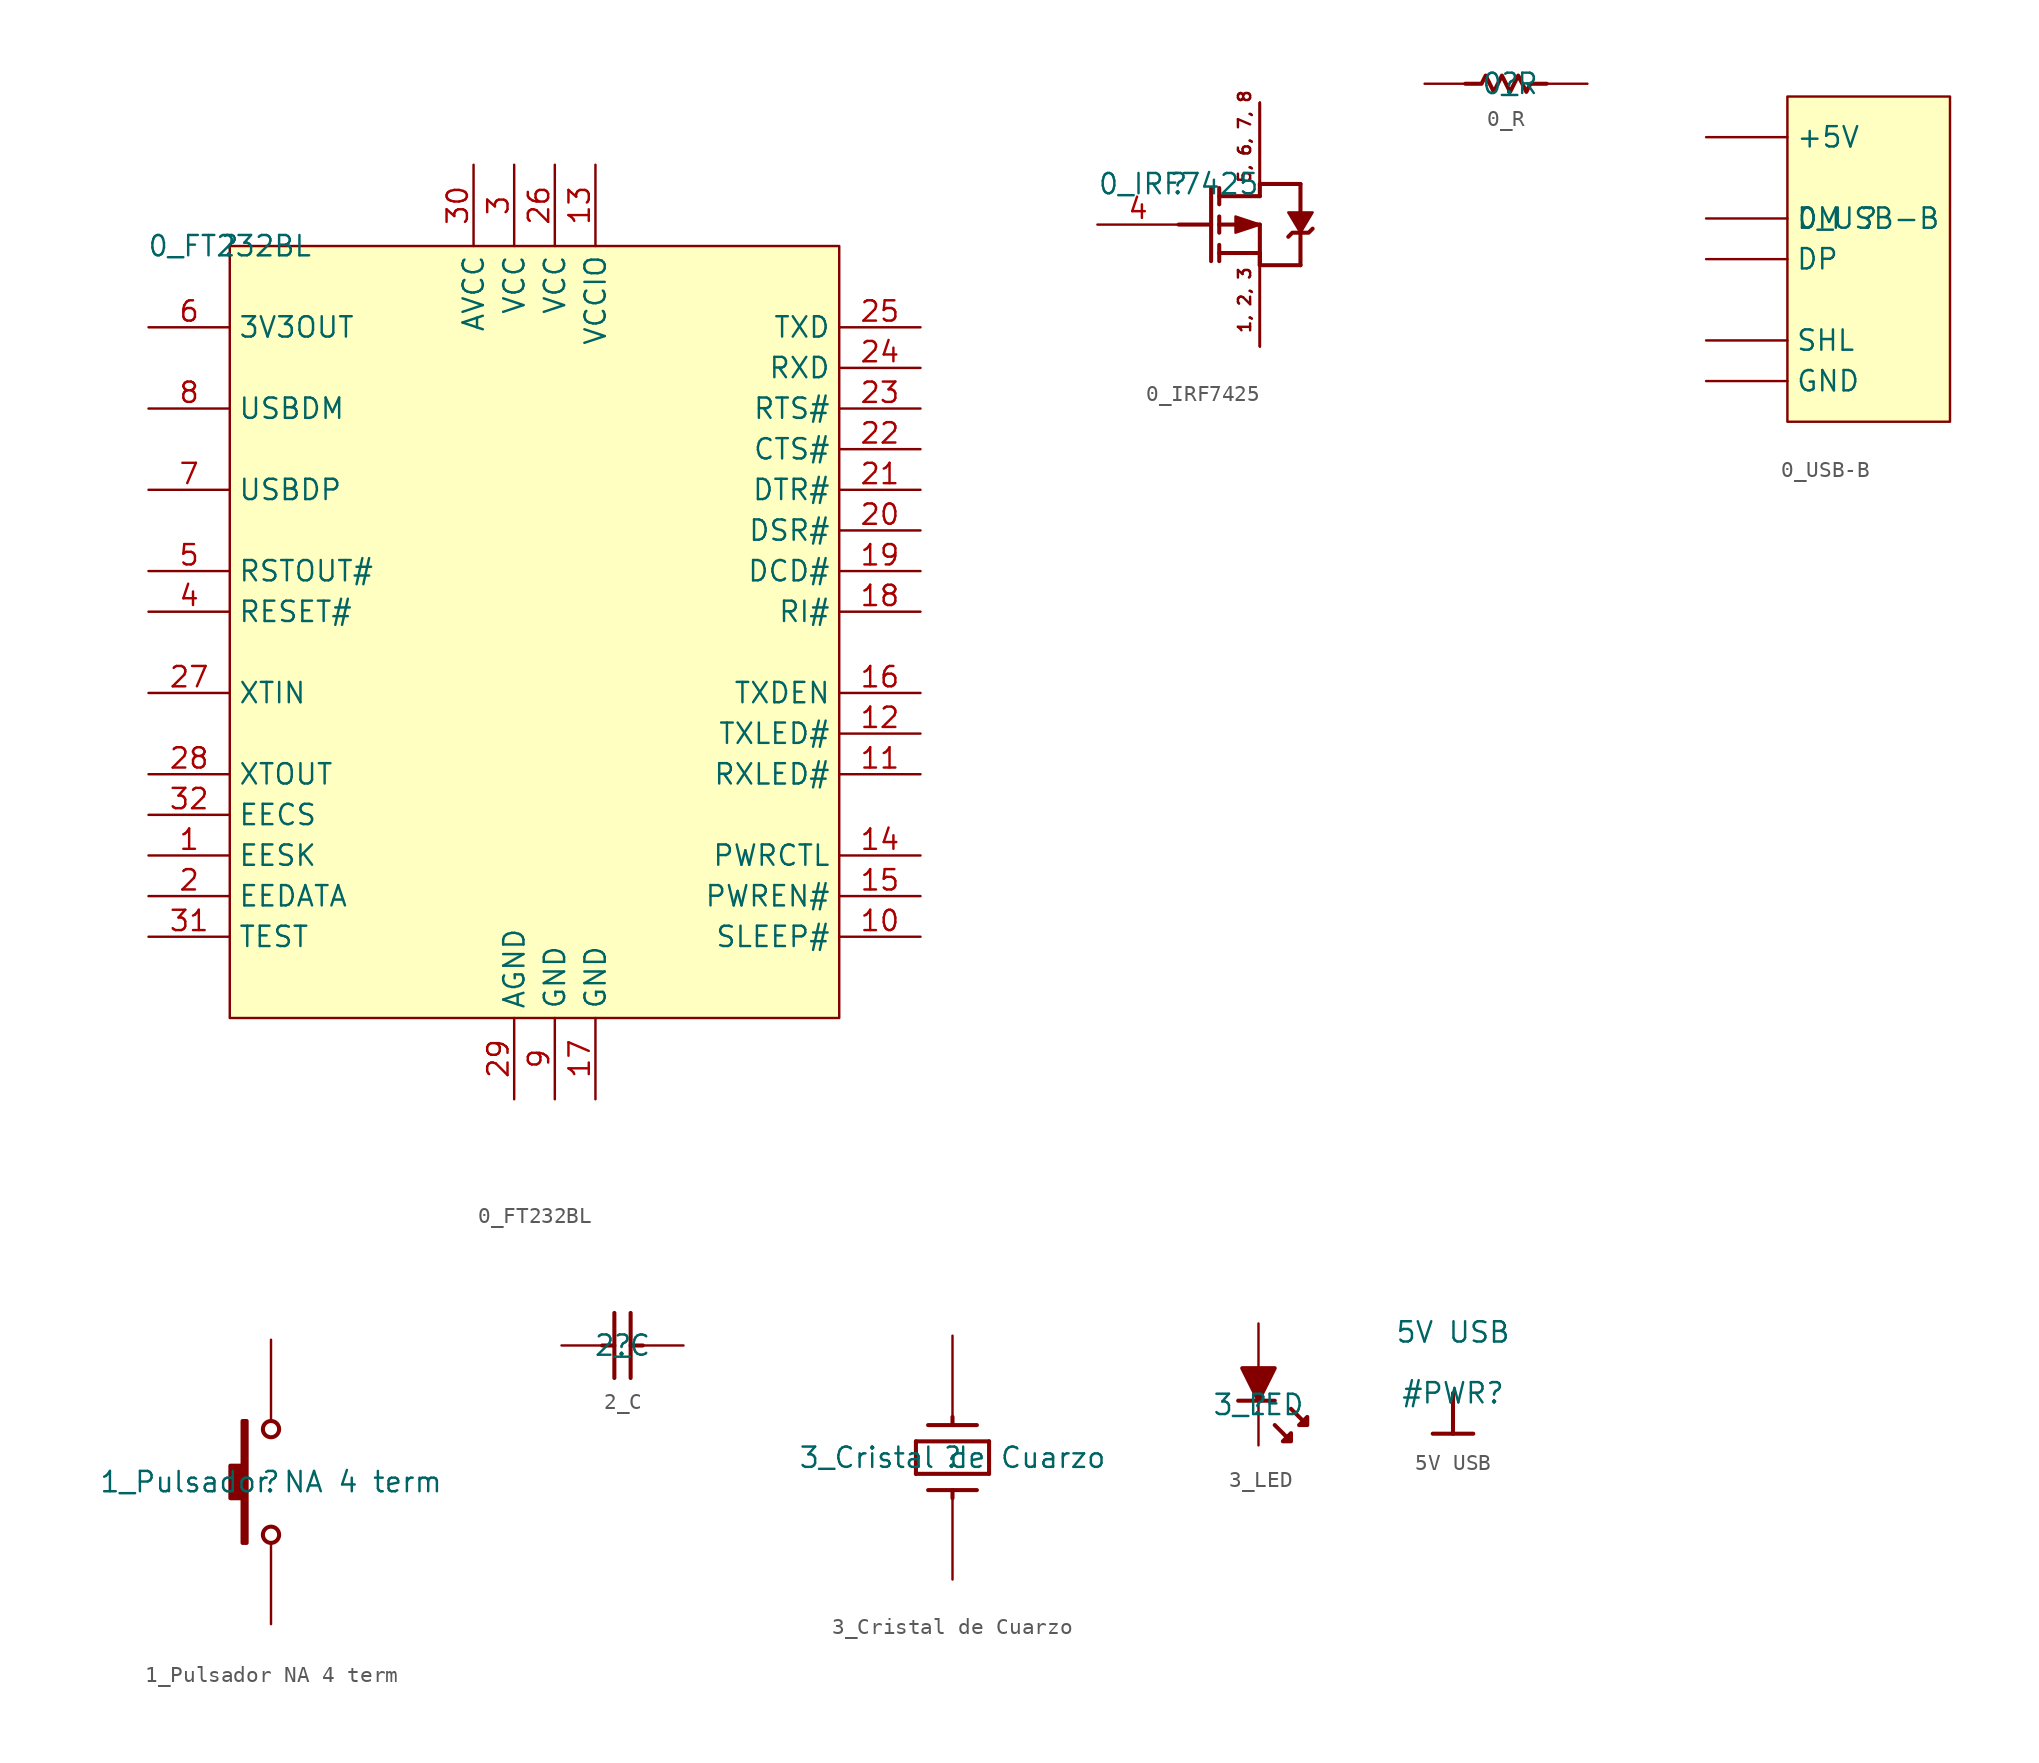
<source format=kicad_sym>
(kicad_symbol_lib
  (version 20211014)
  (generator kicad_symbol_editor)
  (symbol "0_FT232BL"
    (property "Reference" ""
      (at 0 0 0)
      (effects (font (size 1.27 1.27))))
    (property "Value" "0_FT232BL"
      (at 0 0 0)
      (effects (font (size 1.27 1.27))))
    (symbol "0_FT232BL_1_0"
      (rectangle (start 38.1 0) (end 0 -48.26) (stroke (width 0) (type default) (color 0 0 0 0)) (fill (type background)))
      (pin output line (at -5.08 -38.1 0) (length 5.08) (name "EESK" (effects (font (size 1.27 1.27)))) (number "1" (effects (font (size 1.27 1.27)))))
      (pin output line (at 43.18 -43.18 180) (length 5.08) (name "SLEEP#" (effects (font (size 1.27 1.27)))) (number "10" (effects (font (size 1.27 1.27)))))
      (pin open_collector line (at 43.18 -33.02 180) (length 5.08) (name "RXLED#" (effects (font (size 1.27 1.27)))) (number "11" (effects (font (size 1.27 1.27)))))
      (pin open_collector line (at 43.18 -30.48 180) (length 5.08) (name "TXLED#" (effects (font (size 1.27 1.27)))) (number "12" (effects (font (size 1.27 1.27)))))
      (pin power_in line (at 22.86 5.08 270) (length 5.08) (name "VCCIO" (effects (font (size 1.27 1.27)))) (number "13" (effects (font (size 1.27 1.27)))))
      (pin input line (at 43.18 -38.1 180) (length 5.08) (name "PWRCTL" (effects (font (size 1.27 1.27)))) (number "14" (effects (font (size 1.27 1.27)))))
      (pin output line (at 43.18 -40.64 180) (length 5.08) (name "PWREN#" (effects (font (size 1.27 1.27)))) (number "15" (effects (font (size 1.27 1.27)))))
      (pin output line (at 43.18 -27.94 180) (length 5.08) (name "TXDEN" (effects (font (size 1.27 1.27)))) (number "16" (effects (font (size 1.27 1.27)))))
      (pin power_in line (at 22.86 -53.34 90) (length 5.08) (name "GND" (effects (font (size 1.27 1.27)))) (number "17" (effects (font (size 1.27 1.27)))))
      (pin tri_state line (at 43.18 -22.86 180) (length 5.08) (name "RI#" (effects (font (size 1.27 1.27)))) (number "18" (effects (font (size 1.27 1.27)))))
      (pin tri_state line (at 43.18 -20.32 180) (length 5.08) (name "DCD#" (effects (font (size 1.27 1.27)))) (number "19" (effects (font (size 1.27 1.27)))))
      (pin bidirectional line (at -5.08 -40.64 0) (length 5.08) (name "EEDATA" (effects (font (size 1.27 1.27)))) (number "2" (effects (font (size 1.27 1.27)))))
      (pin tri_state line (at 43.18 -17.78 180) (length 5.08) (name "DSR#" (effects (font (size 1.27 1.27)))) (number "20" (effects (font (size 1.27 1.27)))))
      (pin tri_state line (at 43.18 -15.24 180) (length 5.08) (name "DTR#" (effects (font (size 1.27 1.27)))) (number "21" (effects (font (size 1.27 1.27)))))
      (pin tri_state line (at 43.18 -12.7 180) (length 5.08) (name "CTS#" (effects (font (size 1.27 1.27)))) (number "22" (effects (font (size 1.27 1.27)))))
      (pin tri_state line (at 43.18 -10.16 180) (length 5.08) (name "RTS#" (effects (font (size 1.27 1.27)))) (number "23" (effects (font (size 1.27 1.27)))))
      (pin input line (at 43.18 -7.62 180) (length 5.08) (name "RXD" (effects (font (size 1.27 1.27)))) (number "24" (effects (font (size 1.27 1.27)))))
      (pin output line (at 43.18 -5.08 180) (length 5.08) (name "TXD" (effects (font (size 1.27 1.27)))) (number "25" (effects (font (size 1.27 1.27)))))
      (pin power_in line (at 20.32 5.08 270) (length 5.08) (name "VCC" (effects (font (size 1.27 1.27)))) (number "26" (effects (font (size 1.27 1.27)))))
      (pin input line (at -5.08 -27.94 0) (length 5.08) (name "XTIN" (effects (font (size 1.27 1.27)))) (number "27" (effects (font (size 1.27 1.27)))))
      (pin output line (at -5.08 -33.02 0) (length 5.08) (name "XTOUT" (effects (font (size 1.27 1.27)))) (number "28" (effects (font (size 1.27 1.27)))))
      (pin power_in line (at 17.78 -53.34 90) (length 5.08) (name "AGND" (effects (font (size 1.27 1.27)))) (number "29" (effects (font (size 1.27 1.27)))))
      (pin power_in line (at 17.78 5.08 270) (length 5.08) (name "VCC" (effects (font (size 1.27 1.27)))) (number "3" (effects (font (size 1.27 1.27)))))
      (pin power_in line (at 15.24 5.08 270) (length 5.08) (name "AVCC" (effects (font (size 1.27 1.27)))) (number "30" (effects (font (size 1.27 1.27)))))
      (pin input line (at -5.08 -43.18 0) (length 5.08) (name "TEST" (effects (font (size 1.27 1.27)))) (number "31" (effects (font (size 1.27 1.27)))))
      (pin bidirectional line (at -5.08 -35.56 0) (length 5.08) (name "EECS" (effects (font (size 1.27 1.27)))) (number "32" (effects (font (size 1.27 1.27)))))
      (pin input line (at -5.08 -22.86 0) (length 5.08) (name "RESET#" (effects (font (size 1.27 1.27)))) (number "4" (effects (font (size 1.27 1.27)))))
      (pin output line (at -5.08 -20.32 0) (length 5.08) (name "RSTOUT#" (effects (font (size 1.27 1.27)))) (number "5" (effects (font (size 1.27 1.27)))))
      (pin power_in line (at -5.08 -5.08 0) (length 5.08) (name "3V3OUT" (effects (font (size 1.27 1.27)))) (number "6" (effects (font (size 1.27 1.27)))))
      (pin bidirectional line (at -5.08 -15.24 0) (length 5.08) (name "USBDP" (effects (font (size 1.27 1.27)))) (number "7" (effects (font (size 1.27 1.27)))))
      (pin bidirectional line (at -5.08 -10.16 0) (length 5.08) (name "USBDM" (effects (font (size 1.27 1.27)))) (number "8" (effects (font (size 1.27 1.27)))))
      (pin power_in line (at 20.32 -53.34 90) (length 5.08) (name "GND" (effects (font (size 1.27 1.27)))) (number "9" (effects (font (size 1.27 1.27)))))))
  (symbol "0_IRF7425"
    (property "Reference" ""
      (at 0 0 0)
      (effects (font (size 1.27 1.27))))
    (property "Value" "0_IRF7425"
      (at 0 0 0)
      (effects (font (size 1.27 1.27))))
    (symbol "0_IRF7425_1_0"
      (polyline (pts (xy 0 -2.54) (xy 2.032 -2.54)) (stroke (width 0.254) (type default) (color 0 0 0 0)) (fill (type none)))
      (polyline (pts (xy 2.032 -0.254) (xy 2.032 -4.826)) (stroke (width 0.254) (type default) (color 0 0 0 0)) (fill (type none)))
      (polyline (pts (xy 2.54 -4.826) (xy 2.54 -3.81)) (stroke (width 0.254) (type default) (color 0 0 0 0)) (fill (type none)))
      (polyline (pts (xy 2.54 -3.048) (xy 2.54 -2.032)) (stroke (width 0.254) (type default) (color 0 0 0 0)) (fill (type none)))
      (polyline (pts (xy 2.54 -0.254) (xy 2.54 -1.27)) (stroke (width 0.254) (type default) (color 0 0 0 0)) (fill (type none)))
      (polyline (pts (xy 5.08 -5.08) (xy 5.08 -2.54)) (stroke (width 0.254) (type default) (color 0 0 0 0)) (fill (type none)))
      (polyline (pts (xy 5.08 -5.08) (xy 7.62 -5.08)) (stroke (width 0.254) (type default) (color 0 0 0 0)) (fill (type none)))
      (polyline (pts (xy 5.08 -4.318) (xy 2.54 -4.318)) (stroke (width 0.254) (type default) (color 0 0 0 0)) (fill (type none)))
      (polyline (pts (xy 5.08 -4.318) (xy 5.08 -5.08)) (stroke (width 0.254) (type default) (color 0 0 0 0)) (fill (type none)))
      (polyline (pts (xy 5.08 -2.54) (xy 2.54 -2.54)) (stroke (width 0.254) (type default) (color 0 0 0 0)) (fill (type none)))
      (polyline (pts (xy 5.08 -0.762) (xy 2.54 -0.762)) (stroke (width 0.254) (type default) (color 0 0 0 0)) (fill (type none)))
      (polyline (pts (xy 5.08 -0.762) (xy 5.08 0)) (stroke (width 0.254) (type default) (color 0 0 0 0)) (fill (type none)))
      (polyline (pts (xy 5.08 0) (xy 7.62 0)) (stroke (width 0.254) (type default) (color 0 0 0 0)) (fill (type none)))
      (polyline (pts (xy 7.62 -5.08) (xy 7.62 -3.048)) (stroke (width 0.254) (type default) (color 0 0 0 0)) (fill (type none)))
      (polyline (pts (xy 7.62 0) (xy 7.62 -1.778)) (stroke (width 0.254) (type default) (color 0 0 0 0)) (fill (type none)))
      (polyline (pts (xy 5.08 -2.54) (xy 3.556 -2.032) (xy 3.556 -3.048) (xy 5.08 -2.54)) (stroke (width 0) (type default) (color 0 0 0 0)) (fill (type outline)))
      (polyline (pts (xy 7.62 -3.048) (xy 8.382 -1.778) (xy 6.858 -1.778) (xy 7.62 -3.048)) (stroke (width 0) (type default) (color 0 0 0 0)) (fill (type outline)))
      (polyline (pts (xy 8.382 -2.794) (xy 8.128 -3.048) (xy 7.112 -3.048) (xy 6.858 -3.302)) (stroke (width 0.254) (type default) (color 0 0 0 0)) (fill (type none)))
      (text "1, 2, 3" (at 4.572 -9.398 900) (effects (font (size 0.762 0.762)) (justify left bottom)))
      (text "5, 6, 7, 8" (at 4.572 0 900) (effects (font (size 0.762 0.762)) (justify left bottom)))
      (pin passive line (at 5.08 -10.16 90) (length 5.08) (name "S" (effects (font (size 0 0)))) (number "1" (effects (font (size 0 0)))))
      (pin passive line (at 5.08 -10.16 90) (length 5.08) (name "S" (effects (font (size 0 0)))) (number "2" (effects (font (size 0 0)))))
      (pin passive line (at 5.08 -10.16 90) (length 5.08) (name "S" (effects (font (size 0 0)))) (number "3" (effects (font (size 0 0)))))
      (pin passive line (at -5.08 -2.54 0) (length 5.08) (name "G" (effects (font (size 0 0)))) (number "4" (effects (font (size 1.27 1.27)))))
      (pin passive line (at 5.08 5.08 270) (length 5.08) (name "D" (effects (font (size 0 0)))) (number "5" (effects (font (size 0 0)))))
      (pin passive line (at 5.08 5.08 270) (length 5.08) (name "D" (effects (font (size 0 0)))) (number "6" (effects (font (size 0 0)))))
      (pin passive line (at 5.08 5.08 270) (length 5.08) (name "D" (effects (font (size 0 0)))) (number "7" (effects (font (size 0 0)))))
      (pin passive line (at 5.08 5.08 270) (length 5.08) (name "D" (effects (font (size 0 0)))) (number "8" (effects (font (size 0 0)))))))
  (symbol "0_R"
    (property "Reference" ""
      (at 0 0 0)
      (effects (font (size 1.27 1.27))))
    (property "Value" "0_R"
      (at 0 0 0)
      (effects (font (size 1.27 1.27))))
    (symbol "0_R_1_0"
      (polyline (pts (xy 2.286 0) (xy 1.27 0) (xy 1.016 -0.508) (xy 0.508 0.508) (xy 0 -0.508) (xy -0.508 0.508) (xy -1.016 -0.508) (xy -1.524 0.508) (xy -1.778 0) (xy -2.794 0)) (stroke (width 0.254) (type default) (color 0 0 0 0)) (fill (type none)))
      (pin passive line (at -5.334 0 0) (length 2.54) (name "1" (effects (font (size 0 0)))) (number "1" (effects (font (size 0 0)))))
      (pin passive line (at 4.826 0 180) (length 2.54) (name "2" (effects (font (size 0 0)))) (number "2" (effects (font (size 0 0)))))))
  (symbol "0_USB-B"
    (property "Reference" ""
      (at 0 0 0)
      (effects (font (size 1.27 1.27))))
    (property "Value" "0_USB-B"
      (at 0 0 0)
      (effects (font (size 1.27 1.27))))
    (symbol "0_USB-B_1_0"
      (rectangle (start 5.08 7.62) (end -5.08 -12.7) (stroke (width 0) (type default) (color 0 0 0 0)) (fill (type background)))
      (pin passive line (at -10.16 -7.62 0) (length 5.08) (name "SHL" (effects (font (size 1.27 1.27)))) (number "0" (effects (font (size 0 0)))))
      (pin power_in line (at -10.16 5.08 0) (length 5.08) (name "+5V" (effects (font (size 1.27 1.27)))) (number "1" (effects (font (size 0 0)))))
      (pin bidirectional line (at -10.16 0 0) (length 5.08) (name "DM" (effects (font (size 1.27 1.27)))) (number "2" (effects (font (size 0 0)))))
      (pin bidirectional line (at -10.16 -2.54 0) (length 5.08) (name "DP" (effects (font (size 1.27 1.27)))) (number "3" (effects (font (size 0 0)))))
      (pin power_in line (at -10.16 -10.16 0) (length 5.08) (name "GND" (effects (font (size 1.27 1.27)))) (number "4" (effects (font (size 0 0)))))))
  (symbol "1_Pulsador NA 4 term"
    (property "Reference" ""
      (at 0 0 0)
      (effects (font (size 1.27 1.27))))
    (property "Value" "1_Pulsador NA 4 term"
      (at 0 0 0)
      (effects (font (size 1.27 1.27))))
    (symbol "1_Pulsador NA 4 term_1_0"
      (circle (center 0 -3.302) (radius 0.508) (stroke (width 0.254) (type default) (color 0 0 0 0)) (fill (type none)))
      (polyline (pts (xy -1.778 -3.81) (xy -1.524 -3.81) (xy -1.524 3.81) (xy -1.778 3.81) (xy -1.778 1.016) (xy -2.54 1.016) (xy -2.54 -1.016) (xy -1.778 -1.016) (xy -1.778 -3.81)) (stroke (width 0.254) (type default) (color 0 0 0 0)) (fill (type outline)))
      (circle (center 0 3.302) (radius 0.508) (stroke (width 0.254) (type default) (color 0 0 0 0)) (fill (type none)))
      (pin passive line (at 0 -8.89 90) (length 5.08) (name "1" (effects (font (size 0 0)))) (number "1" (effects (font (size 0 0)))))
      (pin passive line (at 0 8.89 270) (length 5.08) (name "2" (effects (font (size 0 0)))) (number "2" (effects (font (size 0 0)))))))
  (symbol "2_C"
    (property "Reference" ""
      (at 0 0 0)
      (effects (font (size 1.27 1.27))))
    (property "Value" "2_C"
      (at 0 0 0)
      (effects (font (size 1.27 1.27))))
    (symbol "2_C_1_0"
      (polyline (pts (xy -1.27 0) (xy -0.508 0)) (stroke (width 0.254) (type default) (color 0 0 0 0)) (fill (type none)))
      (polyline (pts (xy -0.508 -2.032) (xy -0.508 2.032)) (stroke (width 0.254) (type default) (color 0 0 0 0)) (fill (type none)))
      (polyline (pts (xy 0.508 2.032) (xy 0.508 -2.032)) (stroke (width 0.254) (type default) (color 0 0 0 0)) (fill (type none)))
      (polyline (pts (xy 1.27 0) (xy 0.508 0)) (stroke (width 0.254) (type default) (color 0 0 0 0)) (fill (type none)))
      (pin passive line (at 3.81 0 180) (length 2.54) (name "1" (effects (font (size 0 0)))) (number "1" (effects (font (size 0 0)))))
      (pin passive line (at -3.81 0 0) (length 2.54) (name "2" (effects (font (size 0 0)))) (number "2" (effects (font (size 0 0)))))))
  (symbol "3_Cristal de Cuarzo"
    (property "Reference" ""
      (at 0 0 0)
      (effects (font (size 1.27 1.27))))
    (property "Value" "3_Cristal de Cuarzo"
      (at 0 0 0)
      (effects (font (size 1.27 1.27))))
    (symbol "3_Cristal de Cuarzo_1_0"
      (polyline (pts (xy -2.286 1.016) (xy -2.286 -1.016)) (stroke (width 0.254) (type default) (color 0 0 0 0)) (fill (type none)))
      (polyline (pts (xy 0 -2.032) (xy 0 -2.54)) (stroke (width 0.254) (type default) (color 0 0 0 0)) (fill (type none)))
      (polyline (pts (xy 0 2.54) (xy 0 2.032)) (stroke (width 0.254) (type default) (color 0 0 0 0)) (fill (type none)))
      (polyline (pts (xy 1.524 -2.032) (xy -1.524 -2.032)) (stroke (width 0.254) (type default) (color 0 0 0 0)) (fill (type none)))
      (polyline (pts (xy 1.524 2.032) (xy -1.524 2.032)) (stroke (width 0.254) (type default) (color 0 0 0 0)) (fill (type none)))
      (polyline (pts (xy 2.286 -1.016) (xy -2.286 -1.016)) (stroke (width 0.254) (type default) (color 0 0 0 0)) (fill (type none)))
      (polyline (pts (xy 2.286 1.016) (xy -2.286 1.016)) (stroke (width 0.254) (type default) (color 0 0 0 0)) (fill (type none)))
      (polyline (pts (xy 2.286 1.016) (xy 2.286 -1.016)) (stroke (width 0.254) (type default) (color 0 0 0 0)) (fill (type none)))
      (pin power_in line (at 0 7.62 270) (length 5.08) (name "1" (effects (font (size 0 0)))) (number "1" (effects (font (size 0 0)))))
      (pin passive line (at 0 -7.62 90) (length 5.08) (name "2" (effects (font (size 0 0)))) (number "2" (effects (font (size 0 0)))))))
  (symbol "3_LED"
    (property "Reference" ""
      (at 0 0 0)
      (effects (font (size 1.27 1.27))))
    (property "Value" "3_LED"
      (at 0 0 0)
      (effects (font (size 1.27 1.27))))
    (symbol "3_LED_1_0"
      (polyline (pts (xy -1.27 0.254) (xy 1.016 0.254)) (stroke (width 0.254) (type default) (color 0 0 0 0)) (fill (type none)))
      (polyline (pts (xy 1.016 -1.27) (xy 1.778 -2.032)) (stroke (width 0.254) (type default) (color 0 0 0 0)) (fill (type none)))
      (polyline (pts (xy 2.032 -0.254) (xy 2.794 -1.016)) (stroke (width 0.254) (type default) (color 0 0 0 0)) (fill (type none)))
      (polyline (pts (xy -1.016 2.286) (xy 0 0.254) (xy 1.016 2.286) (xy -1.016 2.286)) (stroke (width 0.254) (type default) (color 0 0 0 0)) (fill (type outline)))
      (polyline (pts (xy 2.032 -2.286) (xy 2.032 -1.778) (xy 1.524 -2.286) (xy 2.032 -2.286)) (stroke (width 0.254) (type default) (color 0 0 0 0)) (fill (type outline)))
      (polyline (pts (xy 3.048 -1.27) (xy 3.048 -0.762) (xy 2.54 -1.27) (xy 3.048 -1.27)) (stroke (width 0.254) (type default) (color 0 0 0 0)) (fill (type outline)))
      (pin passive line (at 0 5.08 270) (length 2.794) (name "A" (effects (font (size 0 0)))) (number "1" (effects (font (size 0 0)))))
      (pin passive line (at 0 -2.54 90) (length 2.794) (name "K" (effects (font (size 0 0)))) (number "2" (effects (font (size 0 0)))))))
  (symbol "5V USB"
    (power)
    (property "Reference" "#PWR"
      (at 0 0 0)
      (effects (font (size 1.27 1.27))))
    (property "Value" "5V USB"
      (at 0 3.81 0)
      (effects (font (size 1.27 1.27))))
    (symbol "5V USB_0_0"
      (polyline (pts (xy -1.27 -2.54) (xy 1.27 -2.54)) (stroke (width 0.254) (type default) (color 0 0 0 0)) (fill (type none)))
      (polyline (pts (xy 0 0) (xy 0 -2.54)) (stroke (width 0.254) (type default) (color 0 0 0 0)) (fill (type none)))
      (pin power_in line (at 0 0 0) (length 0) hide (name "5V_USB" (effects (font (size 1.27 1.27)))) (number "" (effects (font (size 1.27 1.27))))))))
</source>
